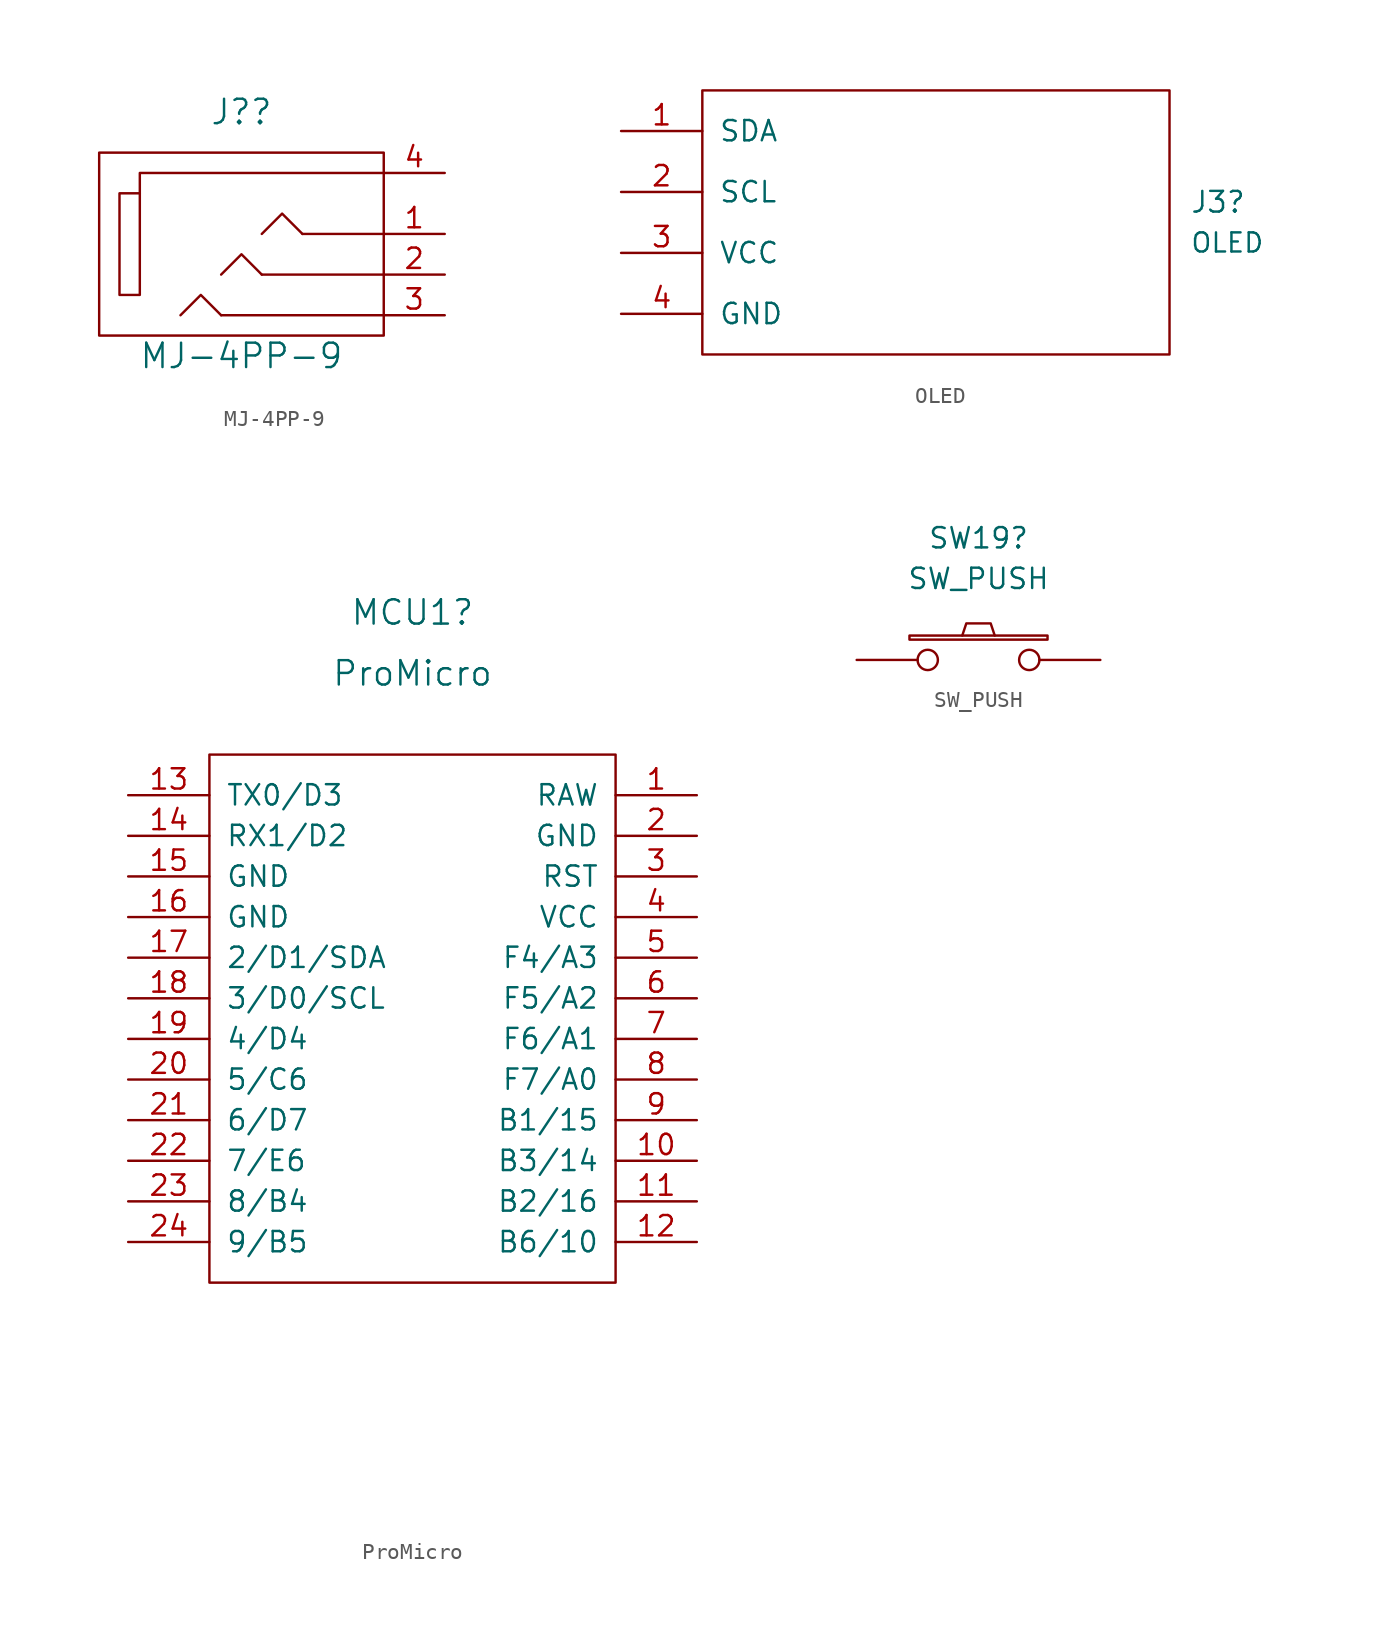
<source format=kicad_sym>
(kicad_symbol_lib
  (version 20211014)
  (generator kicad_symbol_editor)
  (symbol "MJ-4PP-9"
    (pin_names
      (offset 1.016))
    (property "Reference" "J?"
      (at -1.27 7.62 0)
      (effects (font (size 1.524 1.524))))
    (property "Value" "MJ-4PP-9"
      (at -1.27 -7.62 0)
      (effects (font (size 1.524 1.524))))
    (property "Datasheet" ""
      (at 0 -1.27 0)
      (effects (font (size 1.524 1.524))))
    (symbol "MJ-4PP-9_0_1"
      (rectangle (start -7.62 2.54) (end -8.89 -3.81) (stroke (width 0) (type default) (color 0 0 0 0)) (fill (type none)))
      (polyline (pts (xy 2.54 0) (xy 7.62 0)) (stroke (width 0) (type default) (color 0 0 0 0)) (fill (type none)))
      (polyline (pts (xy -2.54 -5.08) (xy 7.62 -5.08) (xy 7.62 -5.08)) (stroke (width 0) (type default) (color 0 0 0 0)) (fill (type none)))
      (polyline (pts (xy 0 -2.54) (xy -1.27 -1.27) (xy -2.54 -2.54)) (stroke (width 0) (type default) (color 0 0 0 0)) (fill (type none)))
      (polyline (pts (xy 0 0) (xy 1.27 1.27) (xy 2.54 0)) (stroke (width 0) (type default) (color 0 0 0 0)) (fill (type none)))
      (polyline (pts (xy 7.62 3.81) (xy -7.62 3.81) (xy -7.62 2.54)) (stroke (width 0) (type default) (color 0 0 0 0)) (fill (type none)))
      (polyline (pts (xy -2.54 -5.08) (xy -3.81 -3.81) (xy -5.08 -5.08) (xy -5.08 -5.08)) (stroke (width 0) (type default) (color 0 0 0 0)) (fill (type none)))
      (polyline (pts (xy 0 -2.54) (xy 7.62 -2.54) (xy 7.62 -2.54) (xy 7.62 -2.54)) (stroke (width 0) (type default) (color 0 0 0 0)) (fill (type none)))
      (rectangle (start 7.62 -6.35) (end -10.16 5.08) (stroke (width 0) (type default) (color 0 0 0 0)) (fill (type none))))
    (symbol "MJ-4PP-9_1_1"
      (pin passive line (at 11.43 0 180) (length 3.81) (name "~" (effects (font (size 1.27 1.27)))) (number "1" (effects (font (size 1.27 1.27)))))
      (pin passive line (at 11.43 -2.54 180) (length 3.81) (name "~" (effects (font (size 1.27 1.27)))) (number "2" (effects (font (size 1.27 1.27)))))
      (pin passive line (at 11.43 -5.08 180) (length 3.81) (name "~" (effects (font (size 1.27 1.27)))) (number "3" (effects (font (size 1.27 1.27)))))
      (pin passive line (at 11.43 3.81 180) (length 3.81) (name "~" (effects (font (size 1.27 1.27)))) (number "4" (effects (font (size 1.27 1.27)))))))
  (symbol "OLED"
    (pin_names
      (offset 1.016))
    (property "Reference" "J3"
      (at 16.51 1.905 0)
      (effects (font (size 1.295 1.295)) (justify left)))
    (property "Value" "OLED"
      (at 16.51 -0.635 0)
      (effects (font (size 1.194 1.194)) (justify left)))
    (symbol "OLED_0_1"
      (rectangle (start -13.97 8.89) (end 15.24 -7.62) (stroke (width 0) (type default) (color 0 0 0 0)) (fill (type none))))
    (symbol "OLED_1_1"
      (pin bidirectional line (at -19.05 6.35 0) (length 5.08) (name "SDA" (effects (font (size 1.27 1.27)))) (number "1" (effects (font (size 1.27 1.27)))))
      (pin bidirectional line (at -19.05 2.54 0) (length 5.08) (name "SCL" (effects (font (size 1.27 1.27)))) (number "2" (effects (font (size 1.27 1.27)))))
      (pin power_in line (at -19.05 -1.27 0) (length 5.08) (name "VCC" (effects (font (size 1.27 1.27)))) (number "3" (effects (font (size 1.27 1.27)))))
      (pin power_in line (at -19.05 -5.08 0) (length 5.08) (name "GND" (effects (font (size 1.27 1.27)))) (number "4" (effects (font (size 1.27 1.27)))))))
  (symbol "ProMicro"
    (pin_names
      (offset 1.016))
    (property "Reference" "MCU1"
      (at 0 25.4 0)
      (effects (font (size 1.524 1.524))))
    (property "Value" "ProMicro"
      (at 0 21.59 0)
      (effects (font (size 1.524 1.524))))
    (property "Datasheet" ""
      (at 2.54 -26.67 0)
      (effects (font (size 1.524 1.524))))
    (symbol "ProMicro_0_1"
      (rectangle (start -12.7 16.51) (end 12.7 -16.51) (stroke (width 0) (type default) (color 0 0 0 0)) (fill (type none))))
    (symbol "ProMicro_1_1"
      (pin power_out line (at 17.78 13.97 180) (length 5.08) (name "RAW" (effects (font (size 1.27 1.27)))) (number "1" (effects (font (size 1.27 1.27)))))
      (pin bidirectional line (at 17.78 -8.89 180) (length 5.08) (name "B3/14" (effects (font (size 1.27 1.27)))) (number "10" (effects (font (size 1.27 1.27)))))
      (pin bidirectional line (at 17.78 -11.43 180) (length 5.08) (name "B2/16" (effects (font (size 1.27 1.27)))) (number "11" (effects (font (size 1.27 1.27)))))
      (pin bidirectional line (at 17.78 -13.97 180) (length 5.08) (name "B6/10" (effects (font (size 1.27 1.27)))) (number "12" (effects (font (size 1.27 1.27)))))
      (pin bidirectional line (at -17.78 13.97 0) (length 5.08) (name "TX0/D3" (effects (font (size 1.27 1.27)))) (number "13" (effects (font (size 1.27 1.27)))))
      (pin bidirectional line (at -17.78 11.43 0) (length 5.08) (name "RX1/D2" (effects (font (size 1.27 1.27)))) (number "14" (effects (font (size 1.27 1.27)))))
      (pin power_in line (at -17.78 8.89 0) (length 5.08) (name "GND" (effects (font (size 1.27 1.27)))) (number "15" (effects (font (size 1.27 1.27)))))
      (pin power_in line (at -17.78 6.35 0) (length 5.08) (name "GND" (effects (font (size 1.27 1.27)))) (number "16" (effects (font (size 1.27 1.27)))))
      (pin bidirectional line (at -17.78 3.81 0) (length 5.08) (name "2/D1/SDA" (effects (font (size 1.27 1.27)))) (number "17" (effects (font (size 1.27 1.27)))))
      (pin bidirectional line (at -17.78 1.27 0) (length 5.08) (name "3/D0/SCL" (effects (font (size 1.27 1.27)))) (number "18" (effects (font (size 1.27 1.27)))))
      (pin bidirectional line (at -17.78 -1.27 0) (length 5.08) (name "4/D4" (effects (font (size 1.27 1.27)))) (number "19" (effects (font (size 1.27 1.27)))))
      (pin power_in line (at 17.78 11.43 180) (length 5.08) (name "GND" (effects (font (size 1.27 1.27)))) (number "2" (effects (font (size 1.27 1.27)))))
      (pin bidirectional line (at -17.78 -3.81 0) (length 5.08) (name "5/C6" (effects (font (size 1.27 1.27)))) (number "20" (effects (font (size 1.27 1.27)))))
      (pin bidirectional line (at -17.78 -6.35 0) (length 5.08) (name "6/D7" (effects (font (size 1.27 1.27)))) (number "21" (effects (font (size 1.27 1.27)))))
      (pin bidirectional line (at -17.78 -8.89 0) (length 5.08) (name "7/E6" (effects (font (size 1.27 1.27)))) (number "22" (effects (font (size 1.27 1.27)))))
      (pin bidirectional line (at -17.78 -11.43 0) (length 5.08) (name "8/B4" (effects (font (size 1.27 1.27)))) (number "23" (effects (font (size 1.27 1.27)))))
      (pin bidirectional line (at -17.78 -13.97 0) (length 5.08) (name "9/B5" (effects (font (size 1.27 1.27)))) (number "24" (effects (font (size 1.27 1.27)))))
      (pin input line (at 17.78 8.89 180) (length 5.08) (name "RST" (effects (font (size 1.27 1.27)))) (number "3" (effects (font (size 1.27 1.27)))))
      (pin power_in line (at 17.78 6.35 180) (length 5.08) (name "VCC" (effects (font (size 1.27 1.27)))) (number "4" (effects (font (size 1.27 1.27)))))
      (pin bidirectional line (at 17.78 3.81 180) (length 5.08) (name "F4/A3" (effects (font (size 1.27 1.27)))) (number "5" (effects (font (size 1.27 1.27)))))
      (pin bidirectional line (at 17.78 1.27 180) (length 5.08) (name "F5/A2" (effects (font (size 1.27 1.27)))) (number "6" (effects (font (size 1.27 1.27)))))
      (pin bidirectional line (at 17.78 -1.27 180) (length 5.08) (name "F6/A1" (effects (font (size 1.27 1.27)))) (number "7" (effects (font (size 1.27 1.27)))))
      (pin bidirectional line (at 17.78 -3.81 180) (length 5.08) (name "F7/A0" (effects (font (size 1.27 1.27)))) (number "8" (effects (font (size 1.27 1.27)))))
      (pin bidirectional line (at 17.78 -6.35 180) (length 5.08) (name "B1/15" (effects (font (size 1.27 1.27)))) (number "9" (effects (font (size 1.27 1.27)))))))
  (symbol "SW_PUSH"
    (pin_numbers hide)
    (pin_names
      (offset 1.016) hide)
    (property "Reference" "SW19"
      (at 0 7.62 0)
      (effects (font (size 1.27 1.27))))
    (property "Value" "SW_PUSH"
      (at 0 5.08 0)
      (effects (font (size 1.27 1.27))))
    (property "Footprint" ""
      (at 0 0 0)
      (effects (font (size 1.27 1.27))))
    (property "Datasheet" ""
      (at 0 0 0)
      (effects (font (size 1.27 1.27))))
    (symbol "SW_PUSH_0_1"
      (rectangle (start -4.318 1.27) (end 4.318 1.524) (stroke (width 0) (type default) (color 0 0 0 0)) (fill (type none)))
      (polyline (pts (xy -1.016 1.524) (xy -0.762 2.286) (xy 0.762 2.286) (xy 1.016 1.524)) (stroke (width 0) (type default) (color 0 0 0 0)) (fill (type none)))
      (pin passive inverted (at -7.62 0 0) (length 5.08) (name "1" (effects (font (size 1.27 1.27)))) (number "1" (effects (font (size 1.27 1.27)))))
      (pin passive inverted (at 7.62 0 180) (length 5.08) (name "2" (effects (font (size 1.27 1.27)))) (number "2" (effects (font (size 1.27 1.27))))))))
</source>
